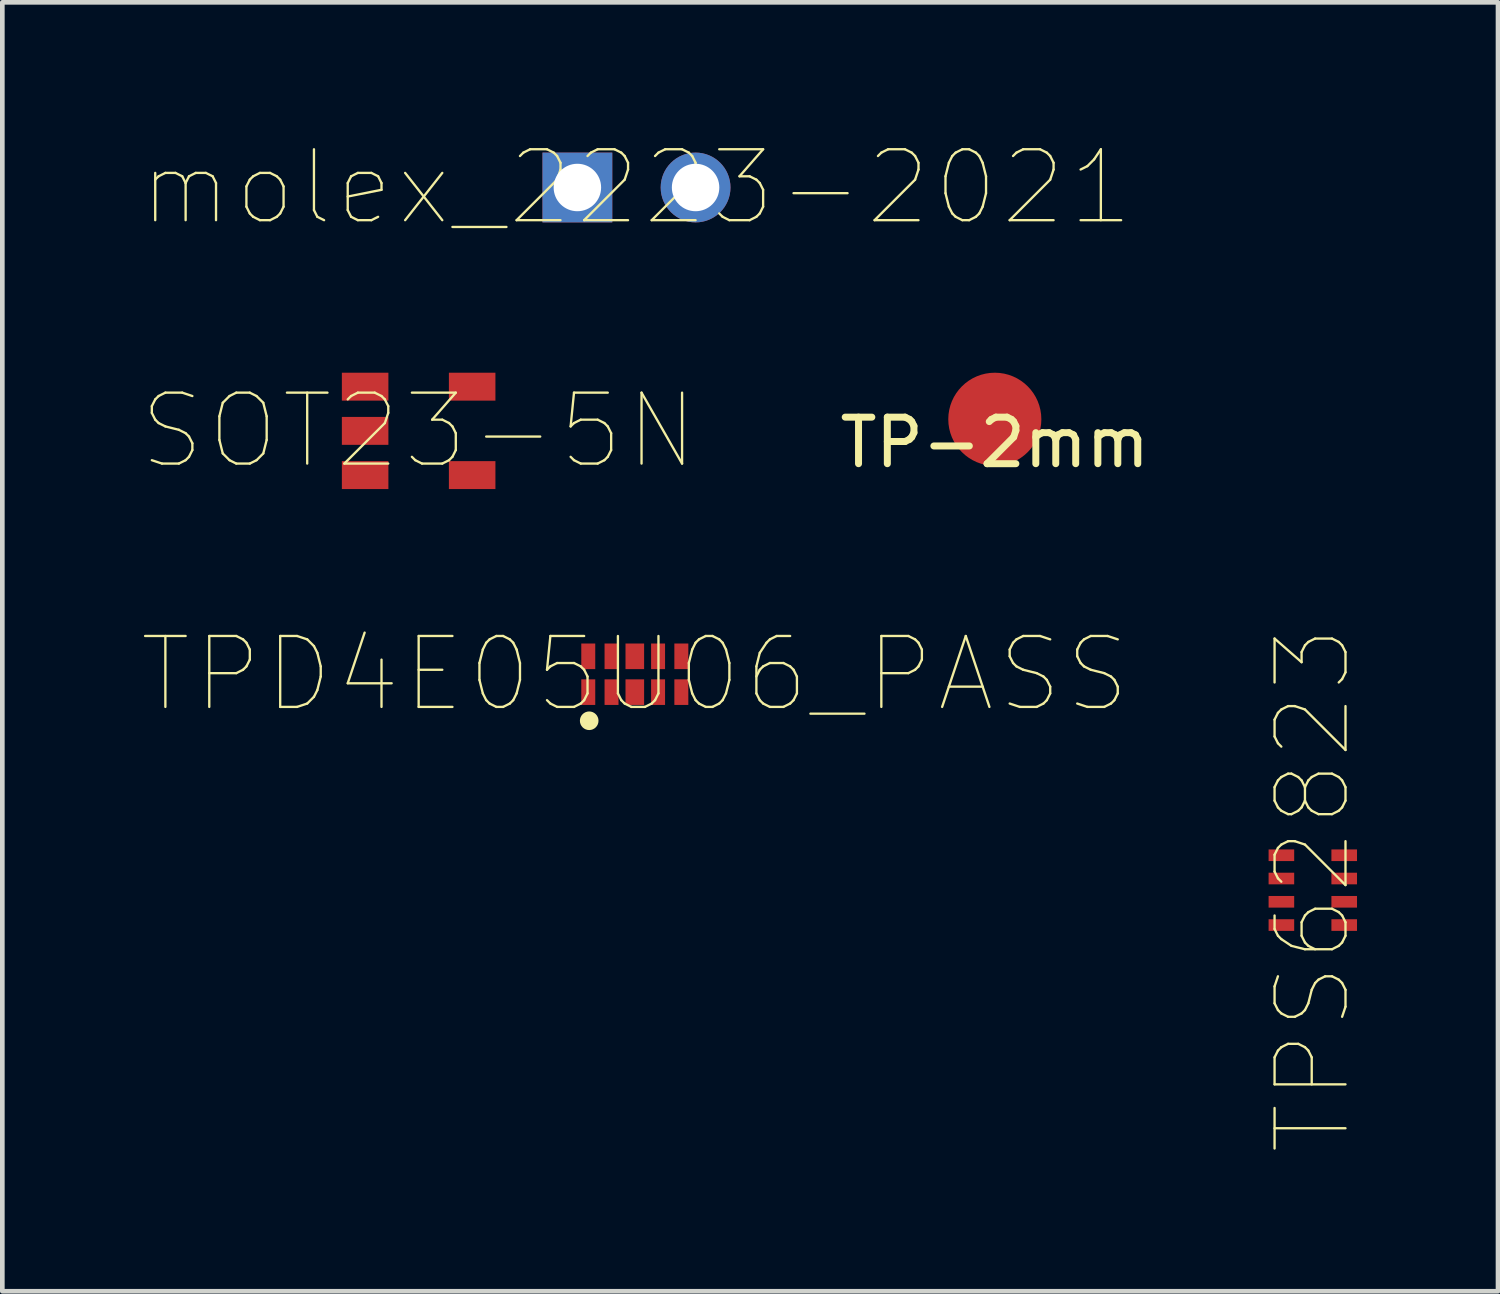
<source format=kicad_pcb>
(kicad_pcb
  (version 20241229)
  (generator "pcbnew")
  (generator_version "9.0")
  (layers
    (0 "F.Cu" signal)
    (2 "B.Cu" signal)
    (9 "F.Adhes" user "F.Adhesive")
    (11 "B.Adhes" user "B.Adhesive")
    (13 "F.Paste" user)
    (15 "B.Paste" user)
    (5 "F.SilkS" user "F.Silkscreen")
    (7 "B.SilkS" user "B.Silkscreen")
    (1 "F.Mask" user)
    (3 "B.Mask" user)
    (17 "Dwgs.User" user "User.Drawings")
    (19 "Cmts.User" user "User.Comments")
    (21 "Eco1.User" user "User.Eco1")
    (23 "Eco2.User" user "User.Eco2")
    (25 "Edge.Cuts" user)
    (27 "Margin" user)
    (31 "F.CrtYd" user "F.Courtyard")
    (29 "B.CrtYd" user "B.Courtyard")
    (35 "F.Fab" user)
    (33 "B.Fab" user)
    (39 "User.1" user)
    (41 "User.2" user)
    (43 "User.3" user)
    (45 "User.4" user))
  (footprint "SOT23-5N"
    (layer "F.Cu")
    (at 5.946 6.209)
    (property "Reference" "SOT23-5N" (at 0 0 0) (layer "F.SilkS") (effects (font (size 1.524 1.524) (thickness 0.05))))
    (attr smd)
    (pad "1" smd rect (at -1.15 -0.95 90) (size 0.6 1) (layers "F.Cu" "F.Mask" "F.Paste"))
    (pad "2" smd rect (at -1.15 0 90) (size 0.6 1) (layers "F.Cu" "F.Mask" "F.Paste"))
    (pad "3" smd rect (at -1.15 0.95 90) (size 0.6 1) (layers "F.Cu" "F.Mask" "F.Paste"))
    (pad "4" smd rect (at 1.15 0.95 90) (size 0.6 1) (layers "F.Cu" "F.Mask" "F.Paste"))
    (pad "6" smd rect (at 1.15 -0.95 90) (size 0.6 1) (layers "F.Cu" "F.Mask" "F.Paste")))
  (footprint "molex_2223-2021"
    (layer "F.Cu")
    (at 10.627 0.979)
    (property "Reference" "molex_2223-2021" (at 0 0 0) (layer "F.SilkS") (effects (font (size 1.524 1.524) (thickness 0.05))))
    (attr through_hole)
    (pad "1" thru_hole rect (at -1.27 0) (size 1.5 1.5) (drill 1.02) (layers "*.Cu" "*.Mask"))
    (pad "2" thru_hole circle (at 1.27 0) (size 1.5 1.5) (drill 1.02) (layers "*.Cu" "*.Mask")))
  (footprint "TPS62823"
    (layer "F.Cu")
    (at 25.16 16.078)
    (property "Reference" "TPS62823" (at 0 0 90) (layer "F.SilkS") (effects (font (size 1.524 1.524) (thickness 0.05))))
    (attr smd)
    (pad "1" smd rect (at -0.675 -0.75) (size 0.55 0.25) (layers "F.Cu" "F.Mask" "F.Paste"))
    (pad "2" smd rect (at -0.675 -0.25) (size 0.55 0.25) (layers "F.Cu" "F.Mask" "F.Paste"))
    (pad "3" smd rect (at -0.675 0.25) (size 0.55 0.25) (layers "F.Cu" "F.Mask" "F.Paste"))
    (pad "4" smd rect (at -0.675 0.75) (size 0.55 0.25) (layers "F.Cu" "F.Mask" "F.Paste"))
    (pad "5" smd rect (at 0.675 0.75) (size 0.55 0.25) (layers "F.Cu" "F.Mask" "F.Paste"))
    (pad "6" smd rect (at 0.675 0.25) (size 0.55 0.25) (layers "F.Cu" "F.Mask" "F.Paste"))
    (pad "7" smd rect (at 0.675 -0.25) (size 0.55 0.25) (layers "F.Cu" "F.Mask" "F.Paste"))
    (pad "8" smd rect (at 0.675 -0.75) (size 0.55 0.25) (layers "F.Cu" "F.Mask" "F.Paste")))
  (footprint "TPD4E05U06_PASS"
    (layer "F.Cu")
    (at 10.591 11.438)
    (property "Reference" "TPD4E05U06_PASS" (at 0 0 180) (layer "F.SilkS") (effects (font (size 1.524 1.524) (thickness 0.05))))
    (attr smd)
    (fp_circle (center -0.98 1) (end -0.88 1) (stroke (width 0.2) (type solid)) (fill no) (layer "F.SilkS"))
    (pad "1" smd rect (at -1 -0.385) (size 0.3 0.55) (layers "F.Cu" "F.Mask" "F.Paste"))
    (pad "1" smd rect (at -1 0.385) (size 0.3 0.55) (layers "F.Cu" "F.Mask" "F.Paste"))
    (pad "2" smd rect (at -0.5 -0.385) (size 0.3 0.55) (layers "F.Cu" "F.Mask" "F.Paste"))
    (pad "2" smd rect (at -0.5 0.385) (size 0.3 0.55) (layers "F.Cu" "F.Mask" "F.Paste"))
    (pad "3" smd rect (at 0 0.385) (size 0.4 0.55) (layers "F.Cu" "F.Mask" "F.Paste"))
    (pad "4" smd rect (at 0.5 -0.385) (size 0.3 0.55) (layers "F.Cu" "F.Mask" "F.Paste"))
    (pad "4" smd rect (at 0.5 0.385) (size 0.3 0.55) (layers "F.Cu" "F.Mask" "F.Paste"))
    (pad "5" smd rect (at 1 -0.385) (size 0.3 0.55) (layers "F.Cu" "F.Mask" "F.Paste"))
    (pad "5" smd rect (at 1 0.385) (size 0.3 0.55) (layers "F.Cu" "F.Mask" "F.Paste"))
    (pad "8" smd rect (at 0 -0.385) (size 0.4 0.55) (layers "F.Cu" "F.Mask" "F.Paste")))
  (footprint "TP-2mm"
    (layer "F.Cu")
    (at 18.327 5.959)
    (property "Reference" "TP-2mm" (at 0 0.5 0) (layer "F.SilkS") (effects (font (size 1 1) (thickness 0.15))))
    (attr through_hole)
    (pad "1" smd circle (at 0 0) (size 2 2) (layers "F.Cu" "F.Mask")))
  (gr_rect
    (start -3 -3)
    (end 29.14 24.697)
    (stroke (width 0.1) (type default))
    (fill no)
    (layer "Edge.Cuts")))
</source>
